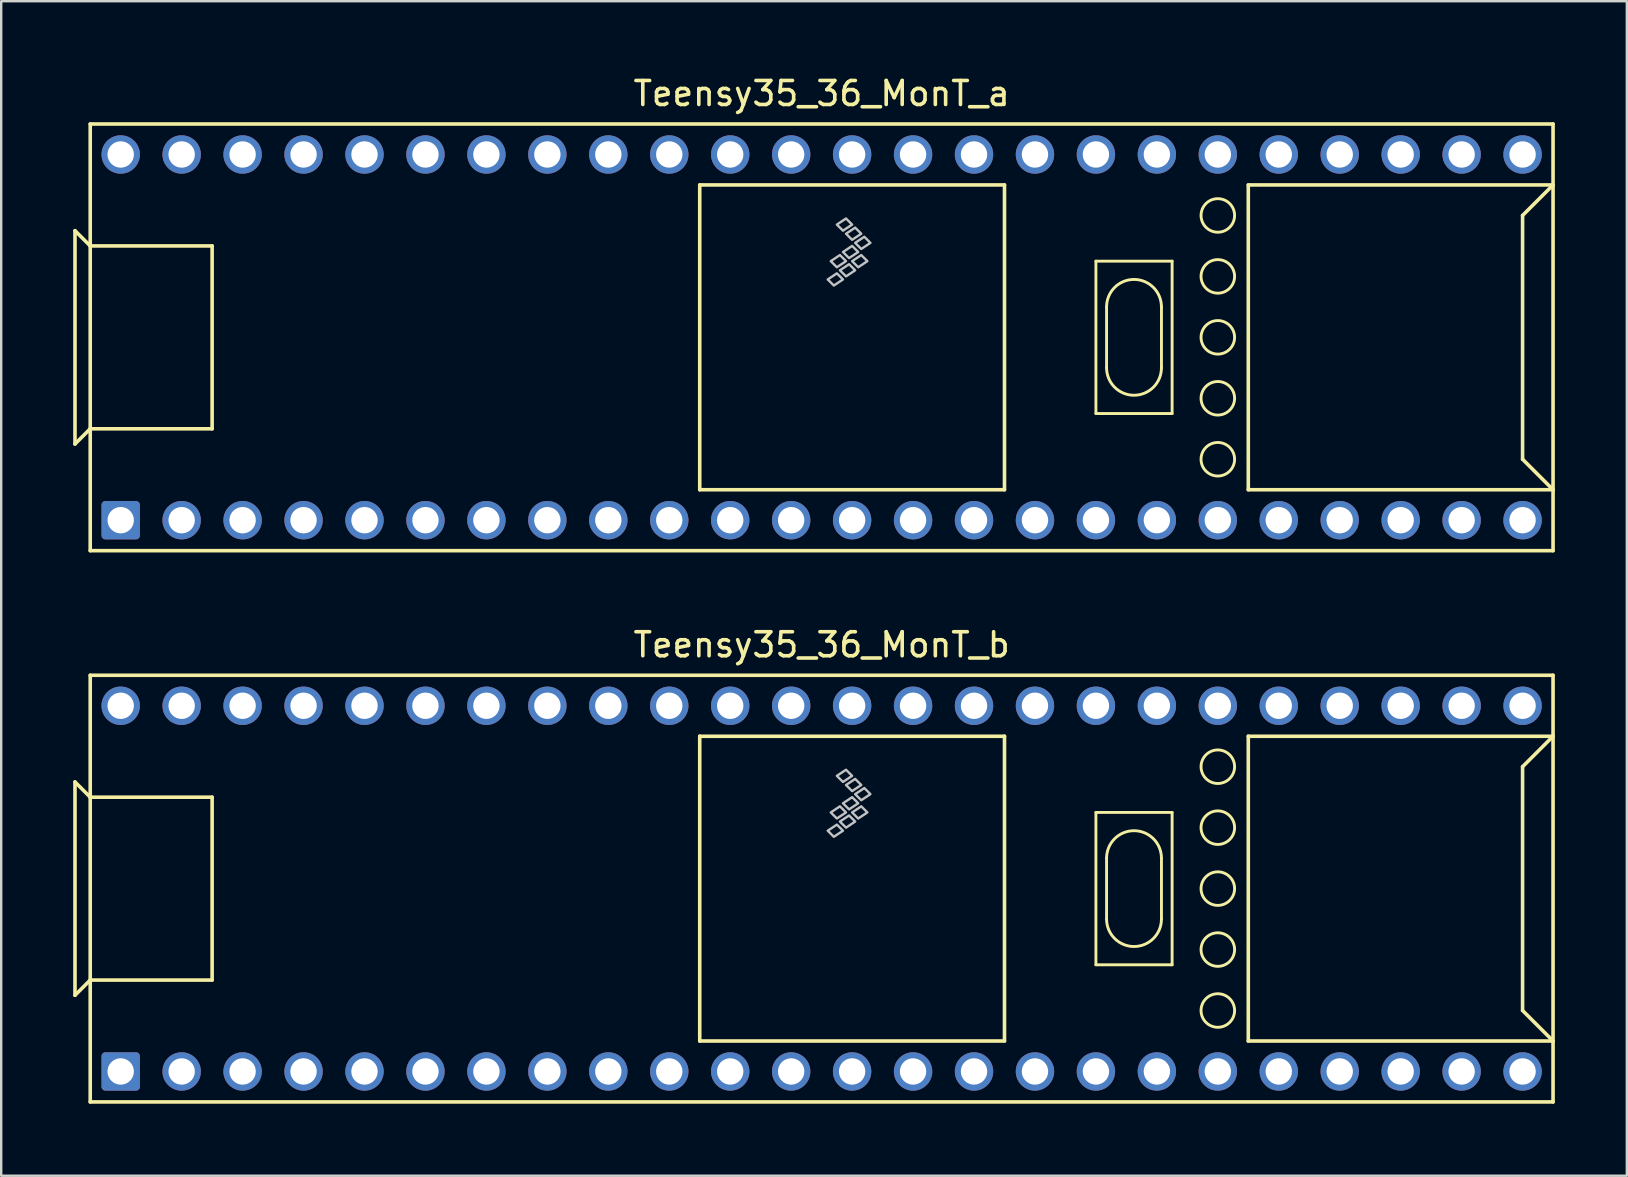
<source format=kicad_pcb>
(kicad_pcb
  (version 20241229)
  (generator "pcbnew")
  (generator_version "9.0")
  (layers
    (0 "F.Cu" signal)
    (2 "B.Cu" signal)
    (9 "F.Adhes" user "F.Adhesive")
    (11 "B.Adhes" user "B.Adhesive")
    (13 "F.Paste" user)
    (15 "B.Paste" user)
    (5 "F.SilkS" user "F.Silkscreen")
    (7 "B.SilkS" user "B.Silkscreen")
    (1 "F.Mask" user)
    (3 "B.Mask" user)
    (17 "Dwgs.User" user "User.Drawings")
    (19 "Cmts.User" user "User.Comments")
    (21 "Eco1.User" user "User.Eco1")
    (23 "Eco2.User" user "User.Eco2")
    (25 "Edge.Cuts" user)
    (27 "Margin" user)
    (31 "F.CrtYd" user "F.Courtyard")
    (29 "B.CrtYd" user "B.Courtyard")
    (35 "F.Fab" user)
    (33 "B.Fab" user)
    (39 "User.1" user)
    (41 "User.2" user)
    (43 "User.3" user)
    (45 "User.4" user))
  (footprint "Teensy35_36_MonT_b"
    (layer "F.Cu")
    (at 31.19 33.981)
    (property "Reference" "Teensy35_36_MonT_b" (at 0 -10.16 0) (layer "F.SilkS") (effects (font (size 1 1) (thickness 0.15))))
    (attr through_hole)
    (fp_line (start -31.115 4.445) (end -31.115 -4.445) (stroke (width 0.15) (type solid)) (layer "F.SilkS"))
    (fp_line (start -30.48 -3.81) (end -31.115 -4.445) (stroke (width 0.15) (type solid)) (layer "F.SilkS"))
    (fp_line (start -30.48 -3.81) (end -30.48 -3.81) (stroke (width 0.15) (type solid)) (layer "F.SilkS"))
    (fp_line (start -30.48 3.81) (end -31.115 4.445) (stroke (width 0.15) (type solid)) (layer "F.SilkS"))
    (fp_line (start -30.48 3.81) (end -30.48 3.81) (stroke (width 0.15) (type solid)) (layer "F.SilkS"))
    (fp_line (start -30.48 8.89) (end -30.48 -8.89) (stroke (width 0.15) (type solid)) (layer "F.SilkS"))
    (fp_line (start -30.48 8.89) (end 30.48 8.89) (stroke (width 0.15) (type solid)) (layer "F.SilkS"))
    (fp_line (start -25.4 -3.81) (end -30.48 -3.81) (stroke (width 0.15) (type solid)) (layer "F.SilkS"))
    (fp_line (start -25.4 3.81) (end -30.48 3.81) (stroke (width 0.15) (type solid)) (layer "F.SilkS"))
    (fp_line (start -25.4 3.81) (end -25.4 -3.81) (stroke (width 0.15) (type solid)) (layer "F.SilkS"))
    (fp_line (start -5.08 -6.35) (end -5.08 6.35) (stroke (width 0.15) (type solid)) (layer "F.SilkS"))
    (fp_line (start -5.08 -6.35) (end 7.62 -6.35) (stroke (width 0.15) (type solid)) (layer "F.SilkS"))
    (fp_line (start -5.08 6.35) (end 7.62 6.35) (stroke (width 0.15) (type solid)) (layer "F.SilkS"))
    (fp_line (start 7.62 6.35) (end 7.62 -6.35) (stroke (width 0.15) (type solid)) (layer "F.SilkS"))
    (fp_line (start 11.43 -3.175) (end 11.43 3.175) (stroke (width 0.12) (type solid)) (layer "F.SilkS"))
    (fp_line (start 11.43 3.175) (end 14.605 3.175) (stroke (width 0.12) (type solid)) (layer "F.SilkS"))
    (fp_line (start 11.874 -1.27) (end 11.874 1.27) (stroke (width 0.12) (type solid)) (layer "F.SilkS"))
    (fp_line (start 14.161 -1.27) (end 14.161 1.27) (stroke (width 0.12) (type solid)) (layer "F.SilkS"))
    (fp_line (start 14.605 -3.175) (end 11.43 -3.175) (stroke (width 0.12) (type solid)) (layer "F.SilkS"))
    (fp_line (start 14.605 3.175) (end 14.605 -3.175) (stroke (width 0.12) (type solid)) (layer "F.SilkS"))
    (fp_line (start 17.78 -6.35) (end 17.78 6.35) (stroke (width 0.15) (type solid)) (layer "F.SilkS"))
    (fp_line (start 17.78 6.35) (end 30.48 6.35) (stroke (width 0.15) (type solid)) (layer "F.SilkS"))
    (fp_line (start 29.21 -5.08) (end 30.48 -6.35) (stroke (width 0.15) (type solid)) (layer "F.SilkS"))
    (fp_line (start 29.21 5.08) (end 29.21 -5.08) (stroke (width 0.15) (type solid)) (layer "F.SilkS"))
    (fp_line (start 30.48 -8.89) (end -30.48 -8.89) (stroke (width 0.15) (type solid)) (layer "F.SilkS"))
    (fp_line (start 30.48 -8.89) (end 30.48 8.89) (stroke (width 0.15) (type solid)) (layer "F.SilkS"))
    (fp_line (start 30.48 -6.35) (end 17.78 -6.35) (stroke (width 0.15) (type solid)) (layer "F.SilkS"))
    (fp_line (start 30.48 6.35) (end 29.21 5.08) (stroke (width 0.15) (type solid)) (layer "F.SilkS"))
    (fp_arc (start 11.8745 -1.27) (mid 13.0175 -2.413) (end 14.1605 -1.27) (stroke (width 0.12) (type solid)) (layer "F.SilkS"))
    (fp_arc (start 14.1605 1.27) (mid 13.0175 2.413) (end 11.8745 1.27) (stroke (width 0.12) (type solid)) (layer "F.SilkS"))
    (fp_circle (center 16.51 -5.08) (end 16.51 -4.381) (stroke (width 0.12) (type solid)) (fill no) (layer "F.SilkS"))
    (fp_circle (center 16.51 -2.54) (end 16.51 -1.841) (stroke (width 0.12) (type solid)) (fill no) (layer "F.SilkS"))
    (fp_circle (center 16.51 0) (end 16.51 0.699) (stroke (width 0.12) (type solid)) (fill no) (layer "F.SilkS"))
    (fp_circle (center 16.51 2.54) (end 16.51 3.239) (stroke (width 0.12) (type solid)) (fill no) (layer "F.SilkS"))
    (fp_circle (center 16.51 5.08) (end 16.51 5.779) (stroke (width 0.12) (type solid)) (fill no) (layer "F.SilkS"))
    (fp_poly (pts (xy 0.635 -2.667) (xy 0.889 -2.413) (xy 0.508 -2.159) (xy 0.254 -2.413)) (stroke (width 0.1) (type solid)) (fill no) (layer "Dwgs.User"))
    (fp_poly (pts (xy 0.762 -3.429) (xy 1.016 -3.175) (xy 0.635 -2.921) (xy 0.381 -3.175)) (stroke (width 0.1) (type solid)) (fill no) (layer "Dwgs.User"))
    (fp_poly (pts (xy 1.016 -4.953) (xy 1.27 -4.699) (xy 0.889 -4.445) (xy 0.635 -4.699)) (stroke (width 0.1) (type solid)) (fill no) (layer "Dwgs.User"))
    (fp_poly (pts (xy 1.143 -3.048) (xy 1.397 -2.794) (xy 1.016 -2.54) (xy 0.762 -2.794)) (stroke (width 0.1) (type solid)) (fill no) (layer "Dwgs.User"))
    (fp_poly (pts (xy 1.27 -3.81) (xy 1.524 -3.556) (xy 1.143 -3.302) (xy 0.889 -3.556)) (stroke (width 0.1) (type solid)) (fill no) (layer "Dwgs.User"))
    (fp_poly (pts (xy 1.397 -4.572) (xy 1.651 -4.318) (xy 1.27 -4.064) (xy 1.016 -4.318)) (stroke (width 0.1) (type solid)) (fill no) (layer "Dwgs.User"))
    (fp_poly (pts (xy 1.651 -3.429) (xy 1.905 -3.175) (xy 1.524 -2.921) (xy 1.27 -3.175)) (stroke (width 0.1) (type solid)) (fill no) (layer "Dwgs.User"))
    (fp_poly (pts (xy 1.778 -4.191) (xy 2.032 -3.937) (xy 1.651 -3.683) (xy 1.397 -3.937)) (stroke (width 0.1) (type solid)) (fill no) (layer "Dwgs.User"))
    (pad "1" thru_hole roundrect (at -29.21 7.62) (size 1.6 1.6) (drill 1.1) (layers "*.Cu" "*.Mask") (roundrect_rratio 0.1))
    (pad "2" thru_hole circle (at -26.67 7.62) (size 1.6 1.6) (drill 1.1) (layers "*.Cu" "*.Mask"))
    (pad "3" thru_hole circle (at -24.13 7.62) (size 1.6 1.6) (drill 1.1) (layers "*.Cu" "*.Mask"))
    (pad "4" thru_hole circle (at -21.59 7.62) (size 1.6 1.6) (drill 1.1) (layers "*.Cu" "*.Mask"))
    (pad "5" thru_hole circle (at -19.05 7.62) (size 1.6 1.6) (drill 1.1) (layers "*.Cu" "*.Mask"))
    (pad "6" thru_hole circle (at -16.51 7.62) (size 1.6 1.6) (drill 1.1) (layers "*.Cu" "*.Mask"))
    (pad "7" thru_hole circle (at -13.97 7.62) (size 1.6 1.6) (drill 1.1) (layers "*.Cu" "*.Mask"))
    (pad "8" thru_hole circle (at -11.43 7.62) (size 1.6 1.6) (drill 1.1) (layers "*.Cu" "*.Mask"))
    (pad "9" thru_hole circle (at -8.89 7.62) (size 1.6 1.6) (drill 1.1) (layers "*.Cu" "*.Mask"))
    (pad "10" thru_hole circle (at -6.35 7.62) (size 1.6 1.6) (drill 1.1) (layers "*.Cu" "*.Mask"))
    (pad "11" thru_hole circle (at -3.81 7.62) (size 1.6 1.6) (drill 1.1) (layers "*.Cu" "*.Mask"))
    (pad "12" thru_hole circle (at -1.27 7.62) (size 1.6 1.6) (drill 1.1) (layers "*.Cu" "*.Mask"))
    (pad "13" thru_hole circle (at 1.27 7.62) (size 1.6 1.6) (drill 1.1) (layers "*.Cu" "*.Mask"))
    (pad "14" thru_hole circle (at 3.81 7.62) (size 1.6 1.6) (drill 1.1) (layers "*.Cu" "*.Mask"))
    (pad "15" thru_hole circle (at 6.35 7.62) (size 1.6 1.6) (drill 1.1) (layers "*.Cu" "*.Mask"))
    (pad "16" thru_hole circle (at 8.89 7.62) (size 1.6 1.6) (drill 1.1) (layers "*.Cu" "*.Mask"))
    (pad "17" thru_hole circle (at 11.43 7.62) (size 1.6 1.6) (drill 1.1) (layers "*.Cu" "*.Mask"))
    (pad "18" thru_hole circle (at 13.97 7.62) (size 1.6 1.6) (drill 1.1) (layers "*.Cu" "*.Mask"))
    (pad "19" thru_hole circle (at 16.51 7.62) (size 1.6 1.6) (drill 1.1) (layers "*.Cu" "*.Mask"))
    (pad "20" thru_hole circle (at 19.05 7.62) (size 1.6 1.6) (drill 1.1) (layers "*.Cu" "*.Mask"))
    (pad "21" thru_hole circle (at 21.59 7.62) (size 1.6 1.6) (drill 1.1) (layers "*.Cu" "*.Mask"))
    (pad "22" thru_hole circle (at 24.13 7.62) (size 1.6 1.6) (drill 1.1) (layers "*.Cu" "*.Mask"))
    (pad "23" thru_hole circle (at 26.67 7.62) (size 1.6 1.6) (drill 1.1) (layers "*.Cu" "*.Mask"))
    (pad "24" thru_hole circle (at 29.21 7.62) (size 1.6 1.6) (drill 1.1) (layers "*.Cu" "*.Mask"))
    (pad "30" thru_hole circle (at 29.21 -7.62) (size 1.6 1.6) (drill 1.1) (layers "*.Cu" "*.Mask"))
    (pad "31" thru_hole circle (at 26.67 -7.62) (size 1.6 1.6) (drill 1.1) (layers "*.Cu" "*.Mask"))
    (pad "32" thru_hole circle (at 24.13 -7.62) (size 1.6 1.6) (drill 1.1) (layers "*.Cu" "*.Mask"))
    (pad "33" thru_hole circle (at 21.59 -7.62) (size 1.6 1.6) (drill 1.1) (layers "*.Cu" "*.Mask"))
    (pad "34" thru_hole circle (at 19.05 -7.62) (size 1.6 1.6) (drill 1.1) (layers "*.Cu" "*.Mask"))
    (pad "35" thru_hole circle (at 16.51 -7.62) (size 1.6 1.6) (drill 1.1) (layers "*.Cu" "*.Mask"))
    (pad "36" thru_hole circle (at 13.97 -7.62) (size 1.6 1.6) (drill 1.1) (layers "*.Cu" "*.Mask"))
    (pad "37" thru_hole circle (at 11.43 -7.62) (size 1.6 1.6) (drill 1.1) (layers "*.Cu" "*.Mask"))
    (pad "38" thru_hole circle (at 8.89 -7.62) (size 1.6 1.6) (drill 1.1) (layers "*.Cu" "*.Mask"))
    (pad "39" thru_hole circle (at 6.35 -7.62) (size 1.6 1.6) (drill 1.1) (layers "*.Cu" "*.Mask"))
    (pad "40" thru_hole circle (at 3.81 -7.62) (size 1.6 1.6) (drill 1.1) (layers "*.Cu" "*.Mask"))
    (pad "41" thru_hole circle (at 1.27 -7.62) (size 1.6 1.6) (drill 1.1) (layers "*.Cu" "*.Mask"))
    (pad "42" thru_hole circle (at -1.27 -7.62) (size 1.6 1.6) (drill 1.1) (layers "*.Cu" "*.Mask"))
    (pad "43" thru_hole circle (at -3.81 -7.62) (size 1.6 1.6) (drill 1.1) (layers "*.Cu" "*.Mask"))
    (pad "44" thru_hole circle (at -6.35 -7.62) (size 1.6 1.6) (drill 1.1) (layers "*.Cu" "*.Mask"))
    (pad "45" thru_hole circle (at -8.89 -7.62) (size 1.6 1.6) (drill 1.1) (layers "*.Cu" "*.Mask"))
    (pad "46" thru_hole circle (at -11.43 -7.62) (size 1.6 1.6) (drill 1.1) (layers "*.Cu" "*.Mask"))
    (pad "47" thru_hole circle (at -13.97 -7.62) (size 1.6 1.6) (drill 1.1) (layers "*.Cu" "*.Mask"))
    (pad "48" thru_hole circle (at -16.51 -7.62) (size 1.6 1.6) (drill 1.1) (layers "*.Cu" "*.Mask"))
    (pad "49" thru_hole circle (at -19.05 -7.62) (size 1.6 1.6) (drill 1.1) (layers "*.Cu" "*.Mask"))
    (pad "50" thru_hole circle (at -21.59 -7.62) (size 1.6 1.6) (drill 1.1) (layers "*.Cu" "*.Mask"))
    (pad "51" thru_hole circle (at -24.13 -7.62) (size 1.6 1.6) (drill 1.1) (layers "*.Cu" "*.Mask"))
    (pad "52" thru_hole circle (at -26.67 -7.62) (size 1.6 1.6) (drill 1.1) (layers "*.Cu" "*.Mask"))
    (pad "53" thru_hole circle (at -29.21 -7.62) (size 1.6 1.6) (drill 1.1) (layers "*.Cu" "*.Mask")))
  (footprint "Teensy35_36_MonT_a"
    (layer "F.Cu")
    (at 31.19 11.008)
    (property "Reference" "Teensy35_36_MonT_a" (at 0 -10.16 0) (layer "F.SilkS") (effects (font (size 1 1) (thickness 0.15))))
    (attr through_hole)
    (fp_line (start -31.115 4.445) (end -31.115 -4.445) (stroke (width 0.15) (type solid)) (layer "F.SilkS"))
    (fp_line (start -30.48 -3.81) (end -31.115 -4.445) (stroke (width 0.15) (type solid)) (layer "F.SilkS"))
    (fp_line (start -30.48 -3.81) (end -30.48 -3.81) (stroke (width 0.15) (type solid)) (layer "F.SilkS"))
    (fp_line (start -30.48 3.81) (end -31.115 4.445) (stroke (width 0.15) (type solid)) (layer "F.SilkS"))
    (fp_line (start -30.48 3.81) (end -30.48 3.81) (stroke (width 0.15) (type solid)) (layer "F.SilkS"))
    (fp_line (start -30.48 8.89) (end -30.48 -8.89) (stroke (width 0.15) (type solid)) (layer "F.SilkS"))
    (fp_line (start -30.48 8.89) (end 30.48 8.89) (stroke (width 0.15) (type solid)) (layer "F.SilkS"))
    (fp_line (start -25.4 -3.81) (end -30.48 -3.81) (stroke (width 0.15) (type solid)) (layer "F.SilkS"))
    (fp_line (start -25.4 3.81) (end -30.48 3.81) (stroke (width 0.15) (type solid)) (layer "F.SilkS"))
    (fp_line (start -25.4 3.81) (end -25.4 -3.81) (stroke (width 0.15) (type solid)) (layer "F.SilkS"))
    (fp_line (start -5.08 -6.35) (end -5.08 6.35) (stroke (width 0.15) (type solid)) (layer "F.SilkS"))
    (fp_line (start -5.08 -6.35) (end 7.62 -6.35) (stroke (width 0.15) (type solid)) (layer "F.SilkS"))
    (fp_line (start -5.08 6.35) (end 7.62 6.35) (stroke (width 0.15) (type solid)) (layer "F.SilkS"))
    (fp_line (start 7.62 6.35) (end 7.62 -6.35) (stroke (width 0.15) (type solid)) (layer "F.SilkS"))
    (fp_line (start 11.43 -3.175) (end 11.43 3.175) (stroke (width 0.12) (type solid)) (layer "F.SilkS"))
    (fp_line (start 11.43 3.175) (end 14.605 3.175) (stroke (width 0.12) (type solid)) (layer "F.SilkS"))
    (fp_line (start 11.874 -1.27) (end 11.874 1.27) (stroke (width 0.12) (type solid)) (layer "F.SilkS"))
    (fp_line (start 14.161 -1.27) (end 14.161 1.27) (stroke (width 0.12) (type solid)) (layer "F.SilkS"))
    (fp_line (start 14.605 -3.175) (end 11.43 -3.175) (stroke (width 0.12) (type solid)) (layer "F.SilkS"))
    (fp_line (start 14.605 3.175) (end 14.605 -3.175) (stroke (width 0.12) (type solid)) (layer "F.SilkS"))
    (fp_line (start 17.78 -6.35) (end 17.78 6.35) (stroke (width 0.15) (type solid)) (layer "F.SilkS"))
    (fp_line (start 17.78 6.35) (end 30.48 6.35) (stroke (width 0.15) (type solid)) (layer "F.SilkS"))
    (fp_line (start 29.21 -5.08) (end 30.48 -6.35) (stroke (width 0.15) (type solid)) (layer "F.SilkS"))
    (fp_line (start 29.21 5.08) (end 29.21 -5.08) (stroke (width 0.15) (type solid)) (layer "F.SilkS"))
    (fp_line (start 30.48 -8.89) (end -30.48 -8.89) (stroke (width 0.15) (type solid)) (layer "F.SilkS"))
    (fp_line (start 30.48 -8.89) (end 30.48 8.89) (stroke (width 0.15) (type solid)) (layer "F.SilkS"))
    (fp_line (start 30.48 -6.35) (end 17.78 -6.35) (stroke (width 0.15) (type solid)) (layer "F.SilkS"))
    (fp_line (start 30.48 6.35) (end 29.21 5.08) (stroke (width 0.15) (type solid)) (layer "F.SilkS"))
    (fp_arc (start 11.8745 -1.27) (mid 13.0175 -2.413) (end 14.1605 -1.27) (stroke (width 0.12) (type solid)) (layer "F.SilkS"))
    (fp_arc (start 14.1605 1.27) (mid 13.0175 2.413) (end 11.8745 1.27) (stroke (width 0.12) (type solid)) (layer "F.SilkS"))
    (fp_circle (center 16.51 -5.08) (end 16.51 -4.381) (stroke (width 0.12) (type solid)) (fill no) (layer "F.SilkS"))
    (fp_circle (center 16.51 -2.54) (end 16.51 -1.841) (stroke (width 0.12) (type solid)) (fill no) (layer "F.SilkS"))
    (fp_circle (center 16.51 0) (end 16.51 0.699) (stroke (width 0.12) (type solid)) (fill no) (layer "F.SilkS"))
    (fp_circle (center 16.51 2.54) (end 16.51 3.239) (stroke (width 0.12) (type solid)) (fill no) (layer "F.SilkS"))
    (fp_circle (center 16.51 5.08) (end 16.51 5.779) (stroke (width 0.12) (type solid)) (fill no) (layer "F.SilkS"))
    (fp_poly (pts (xy 0.635 -2.667) (xy 0.889 -2.413) (xy 0.508 -2.159) (xy 0.254 -2.413)) (stroke (width 0.1) (type solid)) (fill no) (layer "Dwgs.User"))
    (fp_poly (pts (xy 0.762 -3.429) (xy 1.016 -3.175) (xy 0.635 -2.921) (xy 0.381 -3.175)) (stroke (width 0.1) (type solid)) (fill no) (layer "Dwgs.User"))
    (fp_poly (pts (xy 1.016 -4.953) (xy 1.27 -4.699) (xy 0.889 -4.445) (xy 0.635 -4.699)) (stroke (width 0.1) (type solid)) (fill no) (layer "Dwgs.User"))
    (fp_poly (pts (xy 1.143 -3.048) (xy 1.397 -2.794) (xy 1.016 -2.54) (xy 0.762 -2.794)) (stroke (width 0.1) (type solid)) (fill no) (layer "Dwgs.User"))
    (fp_poly (pts (xy 1.27 -3.81) (xy 1.524 -3.556) (xy 1.143 -3.302) (xy 0.889 -3.556)) (stroke (width 0.1) (type solid)) (fill no) (layer "Dwgs.User"))
    (fp_poly (pts (xy 1.397 -4.572) (xy 1.651 -4.318) (xy 1.27 -4.064) (xy 1.016 -4.318)) (stroke (width 0.1) (type solid)) (fill no) (layer "Dwgs.User"))
    (fp_poly (pts (xy 1.651 -3.429) (xy 1.905 -3.175) (xy 1.524 -2.921) (xy 1.27 -3.175)) (stroke (width 0.1) (type solid)) (fill no) (layer "Dwgs.User"))
    (fp_poly (pts (xy 1.778 -4.191) (xy 2.032 -3.937) (xy 1.651 -3.683) (xy 1.397 -3.937)) (stroke (width 0.1) (type solid)) (fill no) (layer "Dwgs.User"))
    (pad "1" thru_hole roundrect (at -29.21 7.62) (size 1.6 1.6) (drill 1.1) (layers "*.Cu" "*.Mask") (roundrect_rratio 0.1))
    (pad "2" thru_hole circle (at -26.67 7.62) (size 1.6 1.6) (drill 1.1) (layers "*.Cu" "*.Mask"))
    (pad "3" thru_hole circle (at -24.13 7.62) (size 1.6 1.6) (drill 1.1) (layers "*.Cu" "*.Mask"))
    (pad "4" thru_hole circle (at -21.59 7.62) (size 1.6 1.6) (drill 1.1) (layers "*.Cu" "*.Mask"))
    (pad "5" thru_hole circle (at -19.05 7.62) (size 1.6 1.6) (drill 1.1) (layers "*.Cu" "*.Mask"))
    (pad "6" thru_hole circle (at -16.51 7.62) (size 1.6 1.6) (drill 1.1) (layers "*.Cu" "*.Mask"))
    (pad "7" thru_hole circle (at -13.97 7.62) (size 1.6 1.6) (drill 1.1) (layers "*.Cu" "*.Mask"))
    (pad "8" thru_hole circle (at -11.43 7.62) (size 1.6 1.6) (drill 1.1) (layers "*.Cu" "*.Mask"))
    (pad "9" thru_hole circle (at -8.89 7.62) (size 1.6 1.6) (drill 1.1) (layers "*.Cu" "*.Mask"))
    (pad "10" thru_hole circle (at -6.35 7.62) (size 1.6 1.6) (drill 1.1) (layers "*.Cu" "*.Mask"))
    (pad "11" thru_hole circle (at -3.81 7.62) (size 1.6 1.6) (drill 1.1) (layers "*.Cu" "*.Mask"))
    (pad "12" thru_hole circle (at -1.27 7.62) (size 1.6 1.6) (drill 1.1) (layers "*.Cu" "*.Mask"))
    (pad "13" thru_hole circle (at 1.27 7.62) (size 1.6 1.6) (drill 1.1) (layers "*.Cu" "*.Mask"))
    (pad "14" thru_hole circle (at 3.81 7.62) (size 1.6 1.6) (drill 1.1) (layers "*.Cu" "*.Mask"))
    (pad "15" thru_hole circle (at 6.35 7.62) (size 1.6 1.6) (drill 1.1) (layers "*.Cu" "*.Mask"))
    (pad "16" thru_hole circle (at 8.89 7.62) (size 1.6 1.6) (drill 1.1) (layers "*.Cu" "*.Mask"))
    (pad "17" thru_hole circle (at 11.43 7.62) (size 1.6 1.6) (drill 1.1) (layers "*.Cu" "*.Mask"))
    (pad "18" thru_hole circle (at 13.97 7.62) (size 1.6 1.6) (drill 1.1) (layers "*.Cu" "*.Mask"))
    (pad "19" thru_hole circle (at 16.51 7.62) (size 1.6 1.6) (drill 1.1) (layers "*.Cu" "*.Mask"))
    (pad "20" thru_hole circle (at 19.05 7.62) (size 1.6 1.6) (drill 1.1) (layers "*.Cu" "*.Mask"))
    (pad "21" thru_hole circle (at 21.59 7.62) (size 1.6 1.6) (drill 1.1) (layers "*.Cu" "*.Mask"))
    (pad "22" thru_hole circle (at 24.13 7.62) (size 1.6 1.6) (drill 1.1) (layers "*.Cu" "*.Mask"))
    (pad "23" thru_hole circle (at 26.67 7.62) (size 1.6 1.6) (drill 1.1) (layers "*.Cu" "*.Mask"))
    (pad "24" thru_hole circle (at 29.21 7.62) (size 1.6 1.6) (drill 1.1) (layers "*.Cu" "*.Mask"))
    (pad "30" thru_hole circle (at 29.21 -7.62) (size 1.6 1.6) (drill 1.1) (layers "*.Cu" "*.Mask"))
    (pad "31" thru_hole circle (at 26.67 -7.62) (size 1.6 1.6) (drill 1.1) (layers "*.Cu" "*.Mask"))
    (pad "32" thru_hole circle (at 24.13 -7.62) (size 1.6 1.6) (drill 1.1) (layers "*.Cu" "*.Mask"))
    (pad "33" thru_hole circle (at 21.59 -7.62) (size 1.6 1.6) (drill 1.1) (layers "*.Cu" "*.Mask"))
    (pad "34" thru_hole circle (at 19.05 -7.62) (size 1.6 1.6) (drill 1.1) (layers "*.Cu" "*.Mask"))
    (pad "35" thru_hole circle (at 16.51 -7.62) (size 1.6 1.6) (drill 1.1) (layers "*.Cu" "*.Mask"))
    (pad "36" thru_hole circle (at 13.97 -7.62) (size 1.6 1.6) (drill 1.1) (layers "*.Cu" "*.Mask"))
    (pad "37" thru_hole circle (at 11.43 -7.62) (size 1.6 1.6) (drill 1.1) (layers "*.Cu" "*.Mask"))
    (pad "38" thru_hole circle (at 8.89 -7.62) (size 1.6 1.6) (drill 1.1) (layers "*.Cu" "*.Mask"))
    (pad "39" thru_hole circle (at 6.35 -7.62) (size 1.6 1.6) (drill 1.1) (layers "*.Cu" "*.Mask"))
    (pad "40" thru_hole circle (at 3.81 -7.62) (size 1.6 1.6) (drill 1.1) (layers "*.Cu" "*.Mask"))
    (pad "41" thru_hole circle (at 1.27 -7.62) (size 1.6 1.6) (drill 1.1) (layers "*.Cu" "*.Mask"))
    (pad "42" thru_hole circle (at -1.27 -7.62) (size 1.6 1.6) (drill 1.1) (layers "*.Cu" "*.Mask"))
    (pad "43" thru_hole circle (at -3.81 -7.62) (size 1.6 1.6) (drill 1.1) (layers "*.Cu" "*.Mask"))
    (pad "44" thru_hole circle (at -6.35 -7.62) (size 1.6 1.6) (drill 1.1) (layers "*.Cu" "*.Mask"))
    (pad "45" thru_hole circle (at -8.89 -7.62) (size 1.6 1.6) (drill 1.1) (layers "*.Cu" "*.Mask"))
    (pad "46" thru_hole circle (at -11.43 -7.62) (size 1.6 1.6) (drill 1.1) (layers "*.Cu" "*.Mask"))
    (pad "47" thru_hole circle (at -13.97 -7.62) (size 1.6 1.6) (drill 1.1) (layers "*.Cu" "*.Mask"))
    (pad "48" thru_hole circle (at -16.51 -7.62) (size 1.6 1.6) (drill 1.1) (layers "*.Cu" "*.Mask"))
    (pad "49" thru_hole circle (at -19.05 -7.62) (size 1.6 1.6) (drill 1.1) (layers "*.Cu" "*.Mask"))
    (pad "50" thru_hole circle (at -21.59 -7.62) (size 1.6 1.6) (drill 1.1) (layers "*.Cu" "*.Mask"))
    (pad "51" thru_hole circle (at -24.13 -7.62) (size 1.6 1.6) (drill 1.1) (layers "*.Cu" "*.Mask"))
    (pad "52" thru_hole circle (at -26.67 -7.62) (size 1.6 1.6) (drill 1.1) (layers "*.Cu" "*.Mask"))
    (pad "53" thru_hole circle (at -29.21 -7.62) (size 1.6 1.6) (drill 1.1) (layers "*.Cu" "*.Mask")))
  (gr_rect
    (start -3 -3)
    (end 64.745 45.947)
    (stroke (width 0.1) (type default))
    (fill no)
    (layer "Edge.Cuts")))
</source>
